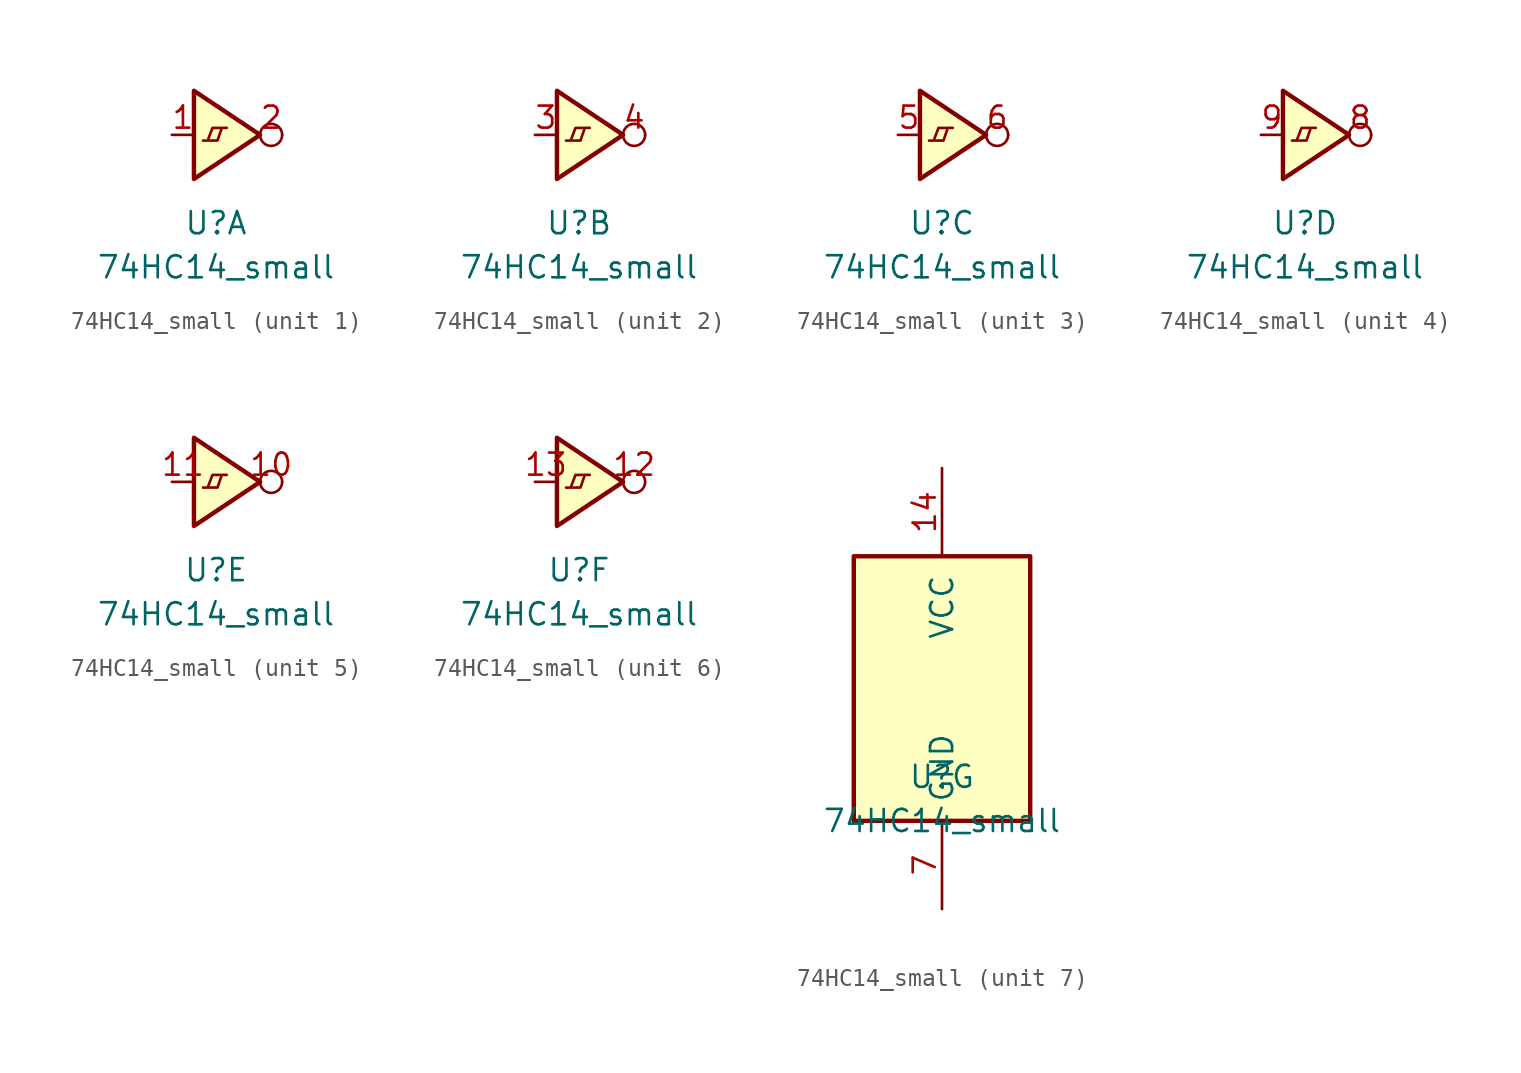
<source format=kicad_sym>
(kicad_symbol_lib
  (version 20220914)
  (generator kicad_symbol_editor)
  (symbol "74HC14_small"
    (pin_names
      (offset 1.016))
    (property "Reference" "U"
      (at 0 -5.08 0)
      (effects (font (size 1.27 1.27))))
    (property "Value" "74HC14_small"
      (at 0 -7.62 0)
      (effects (font (size 1.27 1.27))))
    (property "ki_locked" ""
      (at 0 0 0)
      (effects (font (size 1.27 1.27))))
    (symbol "74HC14_small_1_0"
      (polyline (pts (xy -1.27 2.54) (xy -1.27 -2.54) (xy 2.54 0) (xy -1.27 2.54)) (stroke (width 0.254) (type default)) (fill (type background)))
      (pin input line (at -2.54 0 0) (length 1.27) (name "~" (effects (font (size 1.27 1.27)))) (number "1" (effects (font (size 1.27 1.27)))))
      (pin output inverted (at 3.81 0 180) (length 1.27) (name "~" (effects (font (size 1.27 1.27)))) (number "2" (effects (font (size 1.27 1.27))))))
    (symbol "74HC14_small_1_1"
      (polyline (pts (xy -0.747 -0.328) (xy 0.086 -0.326) (xy 0.305 0.315)) (stroke (width 0) (type default)) (fill (type none)))
      (polyline (pts (xy -0.442 -0.231) (xy -0.204 0.399) (xy 0.619 0.405)) (stroke (width 0) (type default)) (fill (type none))))
    (symbol "74HC14_small_2_0"
      (polyline (pts (xy -1.27 2.54) (xy -1.27 -2.54) (xy 2.54 0) (xy -1.27 2.54)) (stroke (width 0.254) (type default)) (fill (type background)))
      (pin input line (at -2.54 0 0) (length 1.27) (name "~" (effects (font (size 1.27 1.27)))) (number "3" (effects (font (size 1.27 1.27)))))
      (pin output inverted (at 3.81 0 180) (length 1.27) (name "~" (effects (font (size 1.27 1.27)))) (number "4" (effects (font (size 1.27 1.27))))))
    (symbol "74HC14_small_2_1"
      (polyline (pts (xy -0.747 -0.328) (xy 0.086 -0.326) (xy 0.305 0.315)) (stroke (width 0) (type default)) (fill (type none)))
      (polyline (pts (xy -0.442 -0.231) (xy -0.204 0.399) (xy 0.619 0.405)) (stroke (width 0) (type default)) (fill (type none))))
    (symbol "74HC14_small_3_0"
      (polyline (pts (xy -1.27 2.54) (xy -1.27 -2.54) (xy 2.54 0) (xy -1.27 2.54)) (stroke (width 0.254) (type default)) (fill (type background)))
      (pin input line (at -2.54 0 0) (length 1.27) (name "~" (effects (font (size 1.27 1.27)))) (number "5" (effects (font (size 1.27 1.27)))))
      (pin output inverted (at 3.81 0 180) (length 1.27) (name "~" (effects (font (size 1.27 1.27)))) (number "6" (effects (font (size 1.27 1.27))))))
    (symbol "74HC14_small_3_1"
      (polyline (pts (xy -0.747 -0.328) (xy 0.086 -0.326) (xy 0.305 0.315)) (stroke (width 0) (type default)) (fill (type none)))
      (polyline (pts (xy -0.442 -0.231) (xy -0.204 0.399) (xy 0.619 0.405)) (stroke (width 0) (type default)) (fill (type none))))
    (symbol "74HC14_small_4_0"
      (polyline (pts (xy -1.27 2.54) (xy -1.27 -2.54) (xy 2.54 0) (xy -1.27 2.54)) (stroke (width 0.254) (type default)) (fill (type background)))
      (pin output inverted (at 3.81 0 180) (length 1.27) (name "~" (effects (font (size 1.27 1.27)))) (number "8" (effects (font (size 1.27 1.27)))))
      (pin input line (at -2.54 0 0) (length 1.27) (name "~" (effects (font (size 1.27 1.27)))) (number "9" (effects (font (size 1.27 1.27))))))
    (symbol "74HC14_small_4_1"
      (polyline (pts (xy -0.747 -0.328) (xy 0.086 -0.326) (xy 0.305 0.315)) (stroke (width 0) (type default)) (fill (type none)))
      (polyline (pts (xy -0.442 -0.231) (xy -0.204 0.399) (xy 0.619 0.405)) (stroke (width 0) (type default)) (fill (type none))))
    (symbol "74HC14_small_5_0"
      (polyline (pts (xy -1.27 2.54) (xy -1.27 -2.54) (xy 2.54 0) (xy -1.27 2.54)) (stroke (width 0.254) (type default)) (fill (type background)))
      (pin output inverted (at 3.81 0 180) (length 1.27) (name "~" (effects (font (size 1.27 1.27)))) (number "10" (effects (font (size 1.27 1.27)))))
      (pin input line (at -2.54 0 0) (length 1.27) (name "~" (effects (font (size 1.27 1.27)))) (number "11" (effects (font (size 1.27 1.27))))))
    (symbol "74HC14_small_5_1"
      (polyline (pts (xy -0.747 -0.328) (xy 0.086 -0.326) (xy 0.305 0.315)) (stroke (width 0) (type default)) (fill (type none)))
      (polyline (pts (xy -0.442 -0.231) (xy -0.204 0.399) (xy 0.619 0.405)) (stroke (width 0) (type default)) (fill (type none))))
    (symbol "74HC14_small_6_0"
      (polyline (pts (xy -1.27 2.54) (xy -1.27 -2.54) (xy 2.54 0) (xy -1.27 2.54)) (stroke (width 0.254) (type default)) (fill (type background)))
      (pin output inverted (at 3.81 0 180) (length 1.27) (name "~" (effects (font (size 1.27 1.27)))) (number "12" (effects (font (size 1.27 1.27)))))
      (pin input line (at -2.54 0 0) (length 1.27) (name "~" (effects (font (size 1.27 1.27)))) (number "13" (effects (font (size 1.27 1.27))))))
    (symbol "74HC14_small_6_1"
      (polyline (pts (xy -0.747 -0.328) (xy 0.086 -0.326) (xy 0.305 0.315)) (stroke (width 0) (type default)) (fill (type none)))
      (polyline (pts (xy -0.442 -0.231) (xy -0.204 0.399) (xy 0.619 0.405)) (stroke (width 0) (type default)) (fill (type none))))
    (symbol "74HC14_small_7_0"
      (pin power_in line (at 0 12.7 270) (length 5.08) (name "VCC" (effects (font (size 1.27 1.27)))) (number "14" (effects (font (size 1.27 1.27)))))
      (pin power_in line (at 0 -12.7 90) (length 5.08) (name "GND" (effects (font (size 1.27 1.27)))) (number "7" (effects (font (size 1.27 1.27))))))
    (symbol "74HC14_small_7_1"
      (rectangle (start -5.08 7.62) (end 5.08 -7.62) (stroke (width 0.254) (type default)) (fill (type background))))))
</source>
